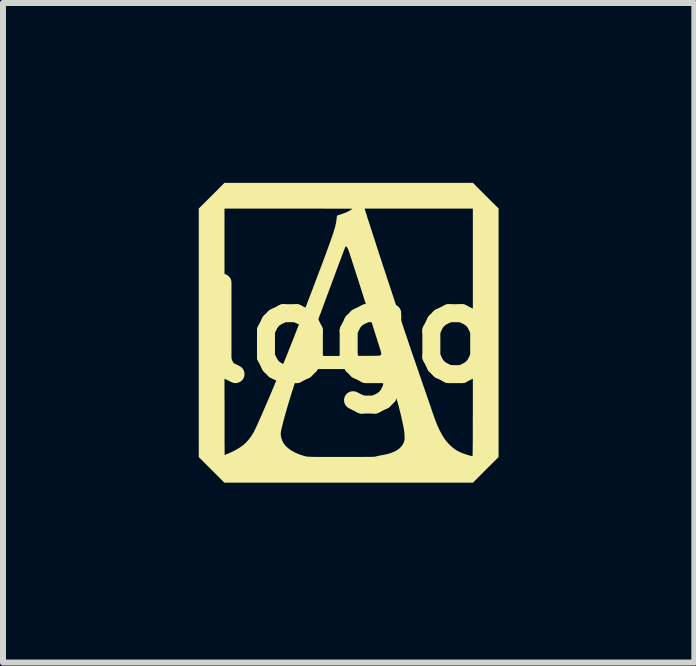
<source format=kicad_pcb>
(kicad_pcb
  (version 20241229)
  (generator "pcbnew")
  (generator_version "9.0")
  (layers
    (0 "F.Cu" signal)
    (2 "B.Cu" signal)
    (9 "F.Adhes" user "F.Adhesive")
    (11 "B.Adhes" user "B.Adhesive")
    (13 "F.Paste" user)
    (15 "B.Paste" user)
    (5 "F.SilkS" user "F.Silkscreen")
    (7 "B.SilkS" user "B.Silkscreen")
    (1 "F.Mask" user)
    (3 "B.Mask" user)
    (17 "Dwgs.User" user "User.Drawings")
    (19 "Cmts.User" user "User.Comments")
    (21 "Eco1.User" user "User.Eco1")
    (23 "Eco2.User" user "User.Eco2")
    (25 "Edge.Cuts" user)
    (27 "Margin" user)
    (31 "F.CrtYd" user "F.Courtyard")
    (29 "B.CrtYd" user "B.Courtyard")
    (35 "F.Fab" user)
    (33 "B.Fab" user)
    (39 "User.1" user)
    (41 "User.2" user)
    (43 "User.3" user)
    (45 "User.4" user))
  (footprint "logo"
    (layer "F.Cu")
    (at 2.765 2.5)
    (property "Reference" "logo" (at 0 0 0) (layer "F.SilkS") (effects (font (size 1.524 1.524) (thickness 0.3))))
    (attr board_only exclude_from_pos_files exclude_from_bom)
    (fp_poly (pts (xy 2.286 -2.286) (xy 2.5 -2.073) (xy 2.5 2.073) (xy 2.286 2.286) (xy 2.073 2.5) (xy -2.073 2.5) (xy -2.5 2.073) (xy -2.5 -0.017) (xy -2.071 -0.017) (xy -2.071 0.114) (xy -2.071 0.242) (xy -2.071 0.368) (xy -2.071 0.491) (xy -2.071 0.612) (xy -2.071 0.729) (xy -2.071 0.843) (xy -2.071 0.954) (xy -2.071 1.06) (xy -2.07 1.163) (xy -2.07 1.261) (xy -2.07 1.354) (xy -2.07 1.443) (xy -2.07 1.526) (xy -2.07 1.604) (xy -2.07 1.677) (xy -2.07 1.743) (xy -2.07 1.804) (xy -2.07 1.858) (xy -2.069 1.906) (xy -2.069 1.946) (xy -2.069 1.98) (xy -2.069 2.006) (xy -2.069 2.024) (xy -2.069 2.035) (xy -2.069 2.038) (xy -2.064 2.036) (xy -2.053 2.032) (xy -2.038 2.026) (xy -2.02 2.019) (xy -2.018 2.018) (xy -1.959 1.993) (xy -1.901 1.964) (xy -1.845 1.932) (xy -1.813 1.912) (xy -1.762 1.875) (xy -1.714 1.833) (xy -1.671 1.785) (xy -1.63 1.732) (xy -1.6 1.684) (xy -1.133 1.684) (xy -1.13 1.723) (xy -1.12 1.765) (xy -1.105 1.806) (xy -1.087 1.84) (xy -1.064 1.872) (xy -1.034 1.903) (xy -0.998 1.934) (xy -0.957 1.963) (xy -0.911 1.989) (xy -0.863 2.012) (xy -0.812 2.032) (xy -0.796 2.037) (xy -0.781 2.042) (xy -0.769 2.046) (xy -0.757 2.05) (xy -0.747 2.053) (xy -0.737 2.056) (xy -0.727 2.059) (xy -0.717 2.061) (xy -0.706 2.063) (xy -0.693 2.065) (xy -0.678 2.066) (xy -0.661 2.067) (xy -0.642 2.068) (xy -0.618 2.069) (xy -0.592 2.07) (xy -0.56 2.07) (xy -0.525 2.07) (xy -0.484 2.071) (xy -0.437 2.071) (xy -0.384 2.071) (xy -0.325 2.071) (xy -0.258 2.071) (xy -0.184 2.071) (xy -0.129 2.071) (xy -0.049 2.071) (xy 0.023 2.071) (xy 0.087 2.071) (xy 0.145 2.071) (xy 0.195 2.071) (xy 0.24 2.07) (xy 0.279 2.07) (xy 0.312 2.07) (xy 0.341 2.07) (xy 0.365 2.07) (xy 0.385 2.069) (xy 0.402 2.069) (xy 0.415 2.068) (xy 0.426 2.068) (xy 0.435 2.067) (xy 0.441 2.066) (xy 0.446 2.065) (xy 0.45 2.064) (xy 0.454 2.063) (xy 0.455 2.063) (xy 0.467 2.059) (xy 0.486 2.055) (xy 0.508 2.05) (xy 0.532 2.045) (xy 0.54 2.044) (xy 0.575 2.037) (xy 0.603 2.032) (xy 0.627 2.027) (xy 0.648 2.021) (xy 0.669 2.016) (xy 0.69 2.009) (xy 0.696 2.008) (xy 0.75 1.987) (xy 0.799 1.963) (xy 0.84 1.934) (xy 0.874 1.902) (xy 0.901 1.866) (xy 0.92 1.826) (xy 0.929 1.796) (xy 0.932 1.778) (xy 0.933 1.752) (xy 0.932 1.722) (xy 0.93 1.688) (xy 0.927 1.653) (xy 0.922 1.616) (xy 0.919 1.599) (xy 0.91 1.552) (xy 0.899 1.498) (xy 0.886 1.438) (xy 0.871 1.373) (xy 0.854 1.303) (xy 0.835 1.23) (xy 0.815 1.154) (xy 0.794 1.076) (xy 0.772 0.997) (xy 0.749 0.918) (xy 0.726 0.84) (xy 0.718 0.813) (xy 0.708 0.781) (xy 0.699 0.751) (xy 0.691 0.724) (xy 0.684 0.701) (xy 0.679 0.683) (xy 0.676 0.672) (xy 0.675 0.668) (xy 0.666 0.648) (xy 0.652 0.631) (xy 0.637 0.62) (xy 0.632 0.618) (xy 0.627 0.616) (xy 0.62 0.614) (xy 0.611 0.613) (xy 0.6 0.611) (xy 0.587 0.61) (xy 0.571 0.609) (xy 0.551 0.608) (xy 0.528 0.607) (xy 0.501 0.607) (xy 0.47 0.606) (xy 0.434 0.606) (xy 0.393 0.605) (xy 0.346 0.605) (xy 0.294 0.605) (xy 0.235 0.605) (xy 0.17 0.605) (xy 0.097 0.605) (xy 0.018 0.605) (xy -0.07 0.605) (xy -0.127 0.605) (xy -0.769 0.606) (xy -0.786 0.615) (xy -0.808 0.632) (xy -0.828 0.655) (xy -0.845 0.684) (xy -0.849 0.695) (xy -0.856 0.712) (xy -0.864 0.737) (xy -0.874 0.767) (xy -0.886 0.801) (xy -0.899 0.84) (xy -0.912 0.882) (xy -0.926 0.926) (xy -0.941 0.972) (xy -0.956 1.019) (xy -0.97 1.066) (xy -0.984 1.113) (xy -0.998 1.158) (xy -1.011 1.2) (xy -1.022 1.24) (xy -1.027 1.254) (xy -1.049 1.33) (xy -1.068 1.4) (xy -1.085 1.462) (xy -1.099 1.518) (xy -1.111 1.566) (xy -1.121 1.606) (xy -1.128 1.639) (xy -1.132 1.665) (xy -1.133 1.682) (xy -1.133 1.684) (xy -1.6 1.684) (xy -1.592 1.672) (xy -1.559 1.61) (xy -1.551 1.592) (xy -1.539 1.567) (xy -1.525 1.536) (xy -1.508 1.498) (xy -1.489 1.455) (xy -1.468 1.408) (xy -1.445 1.356) (xy -1.421 1.3) (xy -1.395 1.24) (xy -1.369 1.179) (xy -1.341 1.115) (xy -1.313 1.049) (xy -1.285 0.983) (xy -1.257 0.916) (xy -1.229 0.849) (xy -1.201 0.783) (xy -1.173 0.718) (xy -1.147 0.655) (xy -1.122 0.594) (xy -1.098 0.537) (xy -1.08 0.494) (xy -1.055 0.431) (xy -1.027 0.362) (xy -1.02 0.345) (xy -0.708 0.345) (xy -0.705 0.359) (xy -0.697 0.369) (xy -0.683 0.376) (xy -0.662 0.381) (xy -0.642 0.383) (xy -0.634 0.384) (xy -0.617 0.384) (xy -0.594 0.384) (xy -0.563 0.385) (xy -0.527 0.385) (xy -0.484 0.385) (xy -0.437 0.385) (xy -0.385 0.386) (xy -0.329 0.386) (xy -0.269 0.386) (xy -0.206 0.386) (xy -0.14 0.386) (xy -0.073 0.386) (xy -0.052 0.386) (xy 0.031 0.386) (xy 0.106 0.386) (xy 0.173 0.385) (xy 0.233 0.385) (xy 0.286 0.385) (xy 0.332 0.385) (xy 0.373 0.384) (xy 0.407 0.384) (xy 0.436 0.384) (xy 0.461 0.383) (xy 0.48 0.383) (xy 0.495 0.382) (xy 0.506 0.381) (xy 0.513 0.381) (xy 0.518 0.38) (xy 0.518 0.38) (xy 0.533 0.373) (xy 0.541 0.363) (xy 0.544 0.348) (xy 0.542 0.331) (xy 0.54 0.325) (xy 0.536 0.311) (xy 0.53 0.291) (xy 0.522 0.264) (xy 0.511 0.231) (xy 0.499 0.192) (xy 0.485 0.148) (xy 0.47 0.099) (xy 0.453 0.046) (xy 0.435 -0.011) (xy 0.416 -0.071) (xy 0.396 -0.134) (xy 0.375 -0.2) (xy 0.353 -0.268) (xy 0.331 -0.338) (xy 0.309 -0.408) (xy 0.286 -0.48) (xy 0.263 -0.551) (xy 0.24 -0.623) (xy 0.218 -0.694) (xy 0.196 -0.763) (xy 0.174 -0.831) (xy 0.153 -0.898) (xy 0.132 -0.961) (xy 0.113 -1.022) (xy 0.094 -1.079) (xy 0.077 -1.133) (xy 0.061 -1.182) (xy 0.047 -1.227) (xy 0.034 -1.267) (xy 0.023 -1.301) (xy 0.014 -1.328) (xy 0.007 -1.35) (xy 0.002 -1.364) (xy -0.000119 -1.37) (xy -0.012 -1.399) (xy -0.023 -1.42) (xy -0.033 -1.434) (xy -0.042 -1.441) (xy -0.044 -1.442) (xy -0.049 -1.438) (xy -0.055 -1.429) (xy -0.062 -1.416) (xy -0.062 -1.416) (xy -0.065 -1.408) (xy -0.071 -1.393) (xy -0.079 -1.372) (xy -0.09 -1.344) (xy -0.103 -1.31) (xy -0.118 -1.27) (xy -0.134 -1.225) (xy -0.153 -1.176) (xy -0.173 -1.123) (xy -0.194 -1.066) (xy -0.217 -1.005) (xy -0.24 -0.942) (xy -0.265 -0.876) (xy -0.29 -0.808) (xy -0.316 -0.738) (xy -0.342 -0.667) (xy -0.369 -0.596) (xy -0.395 -0.524) (xy -0.422 -0.452) (xy -0.448 -0.381) (xy -0.474 -0.311) (xy -0.5 -0.242) (xy -0.524 -0.175) (xy -0.548 -0.111) (xy -0.571 -0.049) (xy -0.592 0.01) (xy -0.612 0.065) (xy -0.631 0.116) (xy -0.648 0.162) (xy -0.663 0.204) (xy -0.676 0.24) (xy -0.687 0.271) (xy -0.696 0.295) (xy -0.702 0.313) (xy -0.706 0.324) (xy -0.707 0.327) (xy -0.708 0.345) (xy -1.02 0.345) (xy -0.997 0.286) (xy -0.964 0.204) (xy -0.93 0.118) (xy -0.894 0.027) (xy -0.857 -0.068) (xy -0.819 -0.165) (xy -0.78 -0.265) (xy -0.741 -0.366) (xy -0.702 -0.467) (xy -0.663 -0.569) (xy -0.624 -0.671) (xy -0.586 -0.771) (xy -0.549 -0.869) (xy -0.513 -0.964) (xy -0.478 -1.056) (xy -0.445 -1.143) (xy -0.414 -1.226) (xy -0.386 -1.303) (xy -0.385 -1.304) (xy -0.359 -1.376) (xy -0.335 -1.441) (xy -0.314 -1.499) (xy -0.295 -1.552) (xy -0.279 -1.598) (xy -0.265 -1.64) (xy -0.253 -1.677) (xy -0.242 -1.711) (xy -0.233 -1.741) (xy -0.225 -1.768) (xy -0.219 -1.794) (xy -0.214 -1.818) (xy -0.209 -1.841) (xy -0.206 -1.863) (xy -0.203 -1.886) (xy -0.2 -1.909) (xy -0.2 -1.909) (xy -0.195 -1.954) (xy -0.125 -1.977) (xy -0.099 -1.986) (xy -0.073 -1.996) (xy -0.049 -2.005) (xy -0.03 -2.013) (xy -0.021 -2.017) (xy -0.006 -2.025) (xy 0.011 -2.034) (xy 0.028 -2.044) (xy 0.043 -2.054) (xy 0.055 -2.062) (xy 0.061 -2.067) (xy 0.062 -2.069) (xy 0.058 -2.069) (xy 0.046 -2.069) (xy 0.027 -2.069) (xy -0.000448 -2.07) (xy -0.034 -2.07) (xy -0.075 -2.07) (xy -0.122 -2.07) (xy -0.174 -2.07) (xy -0.233 -2.07) (xy -0.296 -2.07) (xy -0.364 -2.07) (xy -0.437 -2.071) (xy -0.514 -2.071) (xy -0.595 -2.071) (xy -0.679 -2.071) (xy -0.766 -2.071) (xy -0.856 -2.071) (xy -0.949 -2.071) (xy -1.004 -2.071) (xy 0.266 -2.071) (xy 0.269 -2.061) (xy 0.277 -2.036) (xy 0.287 -2.003) (xy 0.3 -1.963) (xy 0.314 -1.917) (xy 0.331 -1.866) (xy 0.349 -1.81) (xy 0.368 -1.749) (xy 0.389 -1.685) (xy 0.411 -1.617) (xy 0.434 -1.547) (xy 0.457 -1.475) (xy 0.481 -1.401) (xy 0.505 -1.327) (xy 0.529 -1.252) (xy 0.554 -1.178) (xy 0.577 -1.105) (xy 0.601 -1.034) (xy 0.624 -0.964) (xy 0.634 -0.933) (xy 0.678 -0.8) (xy 0.72 -0.674) (xy 0.759 -0.554) (xy 0.797 -0.441) (xy 0.832 -0.334) (xy 0.867 -0.232) (xy 0.899 -0.134) (xy 0.93 -0.04) (xy 0.961 0.05) (xy 0.99 0.137) (xy 1.019 0.222) (xy 1.047 0.305) (xy 1.075 0.387) (xy 1.103 0.468) (xy 1.131 0.549) (xy 1.159 0.631) (xy 1.187 0.713) (xy 1.216 0.797) (xy 1.223 0.817) (xy 1.242 0.873) (xy 1.262 0.929) (xy 1.281 0.985) (xy 1.3 1.039) (xy 1.318 1.091) (xy 1.335 1.14) (xy 1.35 1.185) (xy 1.364 1.226) (xy 1.376 1.26) (xy 1.386 1.289) (xy 1.39 1.302) (xy 1.412 1.365) (xy 1.432 1.421) (xy 1.45 1.47) (xy 1.467 1.515) (xy 1.484 1.555) (xy 1.501 1.592) (xy 1.517 1.627) (xy 1.519 1.629) (xy 1.545 1.679) (xy 1.57 1.723) (xy 1.595 1.762) (xy 1.621 1.798) (xy 1.65 1.832) (xy 1.683 1.867) (xy 1.689 1.873) (xy 1.727 1.908) (xy 1.766 1.939) (xy 1.806 1.965) (xy 1.851 1.988) (xy 1.902 2.01) (xy 1.913 2.013) (xy 1.932 2.02) (xy 1.954 2.028) (xy 1.978 2.035) (xy 2.002 2.043) (xy 2.024 2.049) (xy 2.043 2.054) (xy 2.057 2.057) (xy 2.064 2.058) (xy 2.064 2.058) (xy 2.065 2.057) (xy 2.065 2.055) (xy 2.066 2.052) (xy 2.066 2.048) (xy 2.066 2.042) (xy 2.067 2.035) (xy 2.067 2.025) (xy 2.068 2.014) (xy 2.068 2) (xy 2.068 1.983) (xy 2.068 1.964) (xy 2.069 1.941) (xy 2.069 1.916) (xy 2.069 1.886) (xy 2.069 1.854) (xy 2.07 1.817) (xy 2.07 1.776) (xy 2.07 1.731) (xy 2.07 1.681) (xy 2.07 1.626) (xy 2.07 1.567) (xy 2.07 1.502) (xy 2.07 1.432) (xy 2.071 1.357) (xy 2.071 1.275) (xy 2.071 1.188) (xy 2.071 1.094) (xy 2.071 0.993) (xy 2.071 0.887) (xy 2.071 0.773) (xy 2.071 0.652) (xy 2.071 0.523) (xy 2.071 0.387) (xy 2.071 0.244) (xy 2.071 0.092) (xy 2.071 -0.006) (xy 2.071 -2.071) (xy 0.266 -2.071) (xy -1.004 -2.071) (xy -2.071 -2.071) (xy -2.071 -0.017) (xy -2.5 -0.017) (xy -2.5 -2.073) (xy -2.286 -2.286) (xy -2.073 -2.5) (xy 2.073 -2.5)) (stroke (width 0) (type solid)) (fill yes) (layer "F.SilkS")))
  (gr_rect
    (start -3 -3)
    (end 8.53 8)
    (stroke (width 0.1) (type default))
    (fill no)
    (layer "Edge.Cuts")))
</source>
